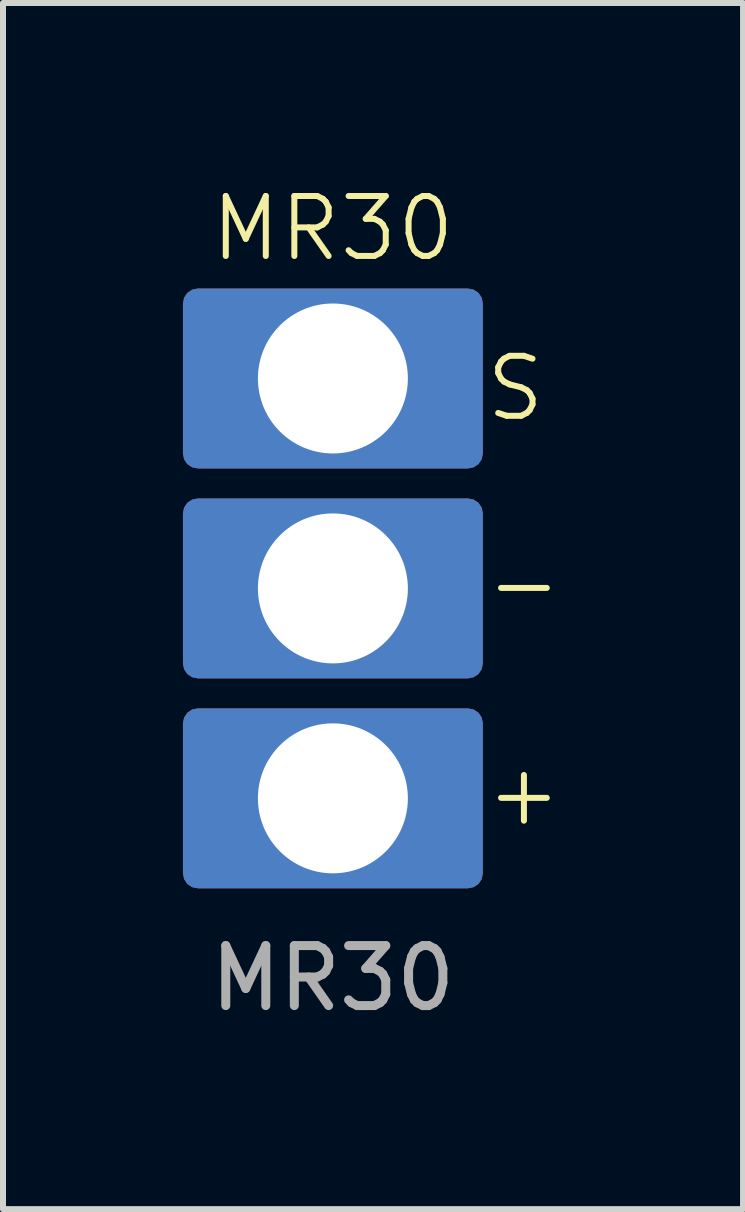
<source format=kicad_pcb>
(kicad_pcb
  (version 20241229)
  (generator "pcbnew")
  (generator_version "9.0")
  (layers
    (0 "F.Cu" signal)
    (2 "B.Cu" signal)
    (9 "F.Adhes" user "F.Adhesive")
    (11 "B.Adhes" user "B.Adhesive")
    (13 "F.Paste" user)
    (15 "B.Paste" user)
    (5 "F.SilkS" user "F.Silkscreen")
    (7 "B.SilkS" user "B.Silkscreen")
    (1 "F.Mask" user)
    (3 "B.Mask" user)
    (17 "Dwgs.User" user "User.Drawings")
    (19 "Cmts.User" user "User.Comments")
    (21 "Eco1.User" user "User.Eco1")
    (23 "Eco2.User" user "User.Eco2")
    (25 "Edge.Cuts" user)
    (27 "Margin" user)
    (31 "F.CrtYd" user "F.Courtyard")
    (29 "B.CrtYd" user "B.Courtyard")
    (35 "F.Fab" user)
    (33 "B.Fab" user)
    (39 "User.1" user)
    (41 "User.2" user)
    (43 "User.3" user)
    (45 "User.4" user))
  (footprint "MR30"
    (layer "F.Cu")
    (at 2.5 3.26)
    (property "Reference" "MR30" (at 0 -2.5 0) (unlocked yes) (layer "F.SilkS") (effects (font (size 1 1) (thickness 0.1))))
    (attr smd)
    (fp_text user "S" (at 2.5 0.75 0) (unlocked yes) (layer "F.SilkS") (effects (font (size 1 1) (thickness 0.1)) (justify left bottom)))
    (fp_text user "+" (at 2.5 7.5 0) (unlocked yes) (layer "F.SilkS") (effects (font (size 1 1) (thickness 0.1)) (justify left bottom)))
    (fp_text user "-" (at 2.5 4 0) (unlocked yes) (layer "F.SilkS") (effects (font (size 1 1) (thickness 0.1)) (justify left bottom)))
    (fp_text user "${REFERENCE}" (at 0 10 0) (unlocked yes) (layer "F.Fab") (effects (font (size 1 1) (thickness 0.15))))
    (pad "1" thru_hole roundrect (at 0 0) (size 5 3) (drill 2.5) (layers "*.Cu" "*.Mask") (roundrect_rratio 0.083))
    (pad "2" thru_hole roundrect (at 0 3.5) (size 5 3) (drill 2.5) (layers "*.Cu" "*.Mask") (roundrect_rratio 0.083))
    (pad "3" thru_hole roundrect (at 0 7) (size 5 3) (drill 2.5) (layers "*.Cu" "*.Mask") (roundrect_rratio 0.083)))
  (gr_rect
    (start -3 -3)
    (end 9.338 17.109)
    (stroke (width 0.1) (type default))
    (fill no)
    (layer "Edge.Cuts")))
</source>
